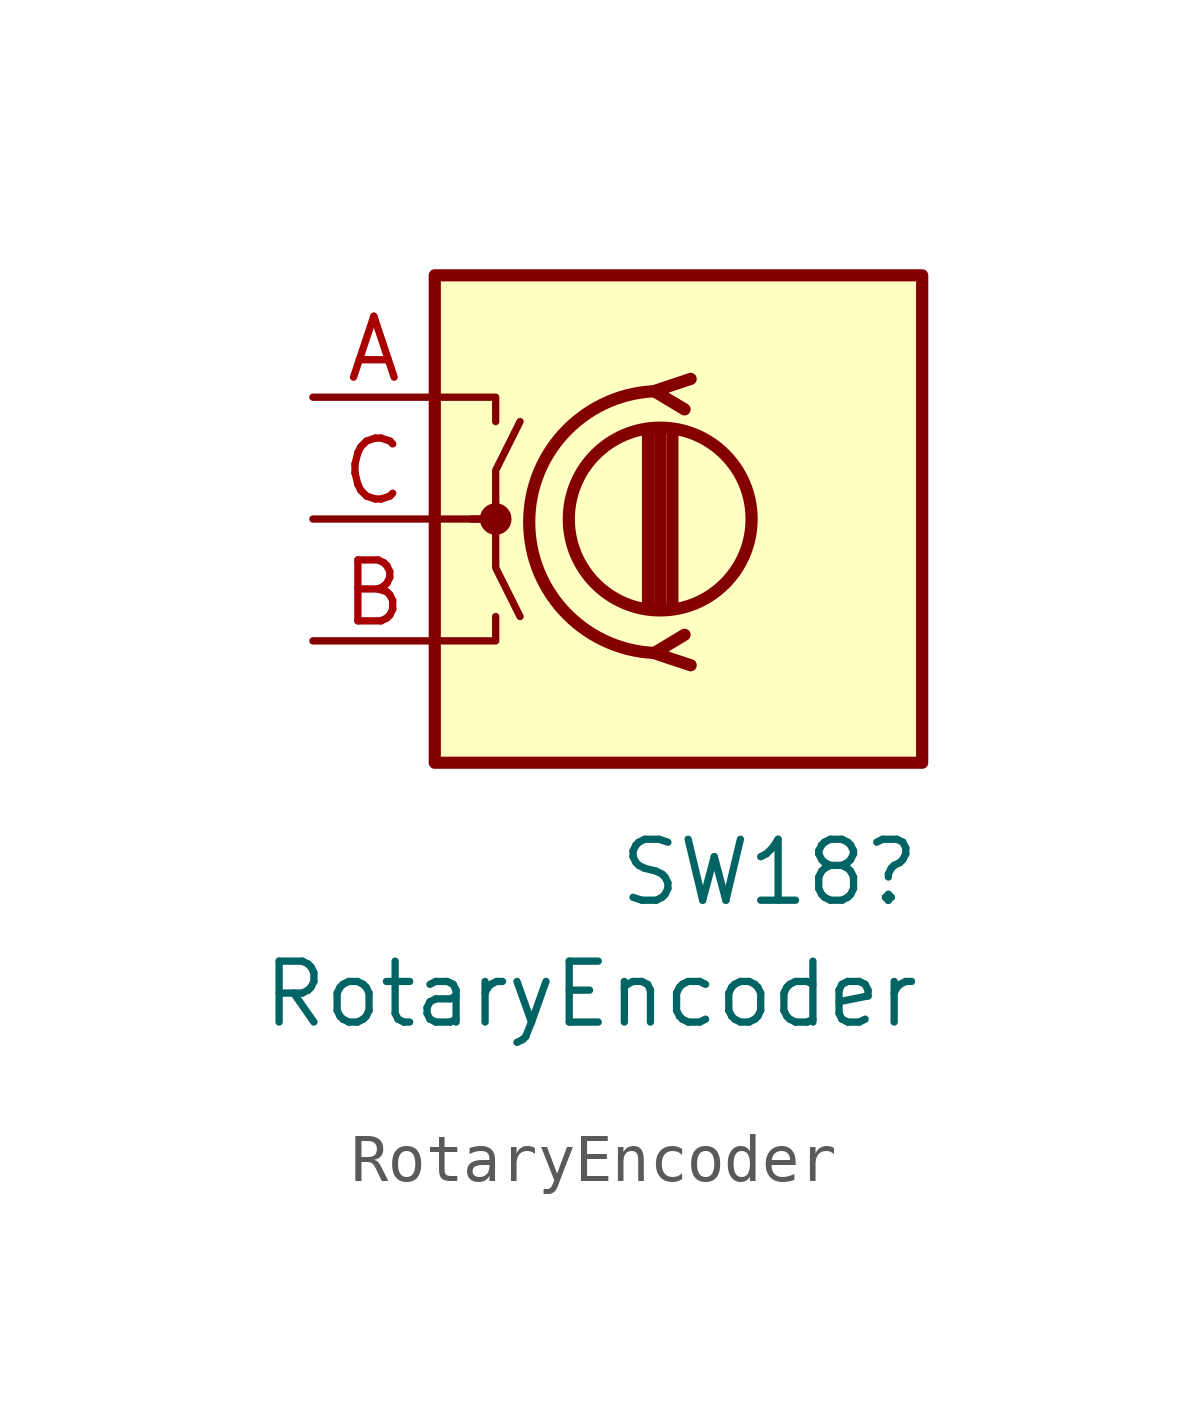
<source format=kicad_sym>
(kicad_symbol_lib
  (version 20220914)
  (generator kicad_symbol_editor)
  (symbol "RotaryEncoder"
    (pin_names
      (offset 0.254) hide)
    (property "Reference" "SW18"
      (at 5.08 -7.366 0)
      (effects (font (size 1.27 1.27)) (justify right)))
    (property "Value" "RotaryEncoder"
      (at 5.08 -9.906 0)
      (effects (font (size 1.27 1.27)) (justify right)))
    (symbol "RotaryEncoder_0_1"
      (rectangle (start -5.08 5.08) (end 5.08 -5.08) (stroke (width 0.254) (type default)) (fill (type background)))
      (circle (center -3.81 0) (radius 0.254) (stroke (width 0) (type default)) (fill (type outline)))
      (circle (center -0.381 0) (radius 1.905) (stroke (width 0.254) (type default)) (fill (type none)))
      (arc (start -0.381 2.667) (mid -3.0988 -0.0635) (end -0.381 -2.794) (stroke (width 0.254) (type default)) (fill (type none)))
      (polyline (pts (xy -0.635 -1.778) (xy -0.635 1.778)) (stroke (width 0.254) (type default)) (fill (type none)))
      (polyline (pts (xy -0.381 -1.778) (xy -0.381 1.778)) (stroke (width 0.254) (type default)) (fill (type none)))
      (polyline (pts (xy -0.127 1.778) (xy -0.127 -1.778)) (stroke (width 0.254) (type default)) (fill (type none)))
      (polyline (pts (xy -5.08 -2.54) (xy -3.81 -2.54) (xy -3.81 -2.032)) (stroke (width 0) (type default)) (fill (type none)))
      (polyline (pts (xy -5.08 2.54) (xy -3.81 2.54) (xy -3.81 2.032)) (stroke (width 0) (type default)) (fill (type none)))
      (polyline (pts (xy 0.254 -3.048) (xy -0.508 -2.794) (xy 0.127 -2.413)) (stroke (width 0.254) (type default)) (fill (type none)))
      (polyline (pts (xy 0.254 2.921) (xy -0.508 2.667) (xy 0.127 2.286)) (stroke (width 0.254) (type default)) (fill (type none)))
      (polyline (pts (xy -5.08 0) (xy -3.81 0) (xy -3.81 -1.016) (xy -3.302 -2.032)) (stroke (width 0) (type default)) (fill (type none)))
      (polyline (pts (xy -4.318 0) (xy -3.81 0) (xy -3.81 1.016) (xy -3.302 2.032)) (stroke (width 0) (type default)) (fill (type none))))
    (symbol "RotaryEncoder_1_1"
      (pin passive line (at -7.62 2.54 0) (length 2.54) (name "A" (effects (font (size 1.27 1.27)))) (number "A" (effects (font (size 1.27 1.27)))))
      (pin passive line (at -7.62 -2.54 0) (length 2.54) (name "B" (effects (font (size 1.27 1.27)))) (number "B" (effects (font (size 1.27 1.27)))))
      (pin passive line (at -7.62 0 0) (length 2.54) (name "C" (effects (font (size 1.27 1.27)))) (number "C" (effects (font (size 1.27 1.27))))))))
</source>
